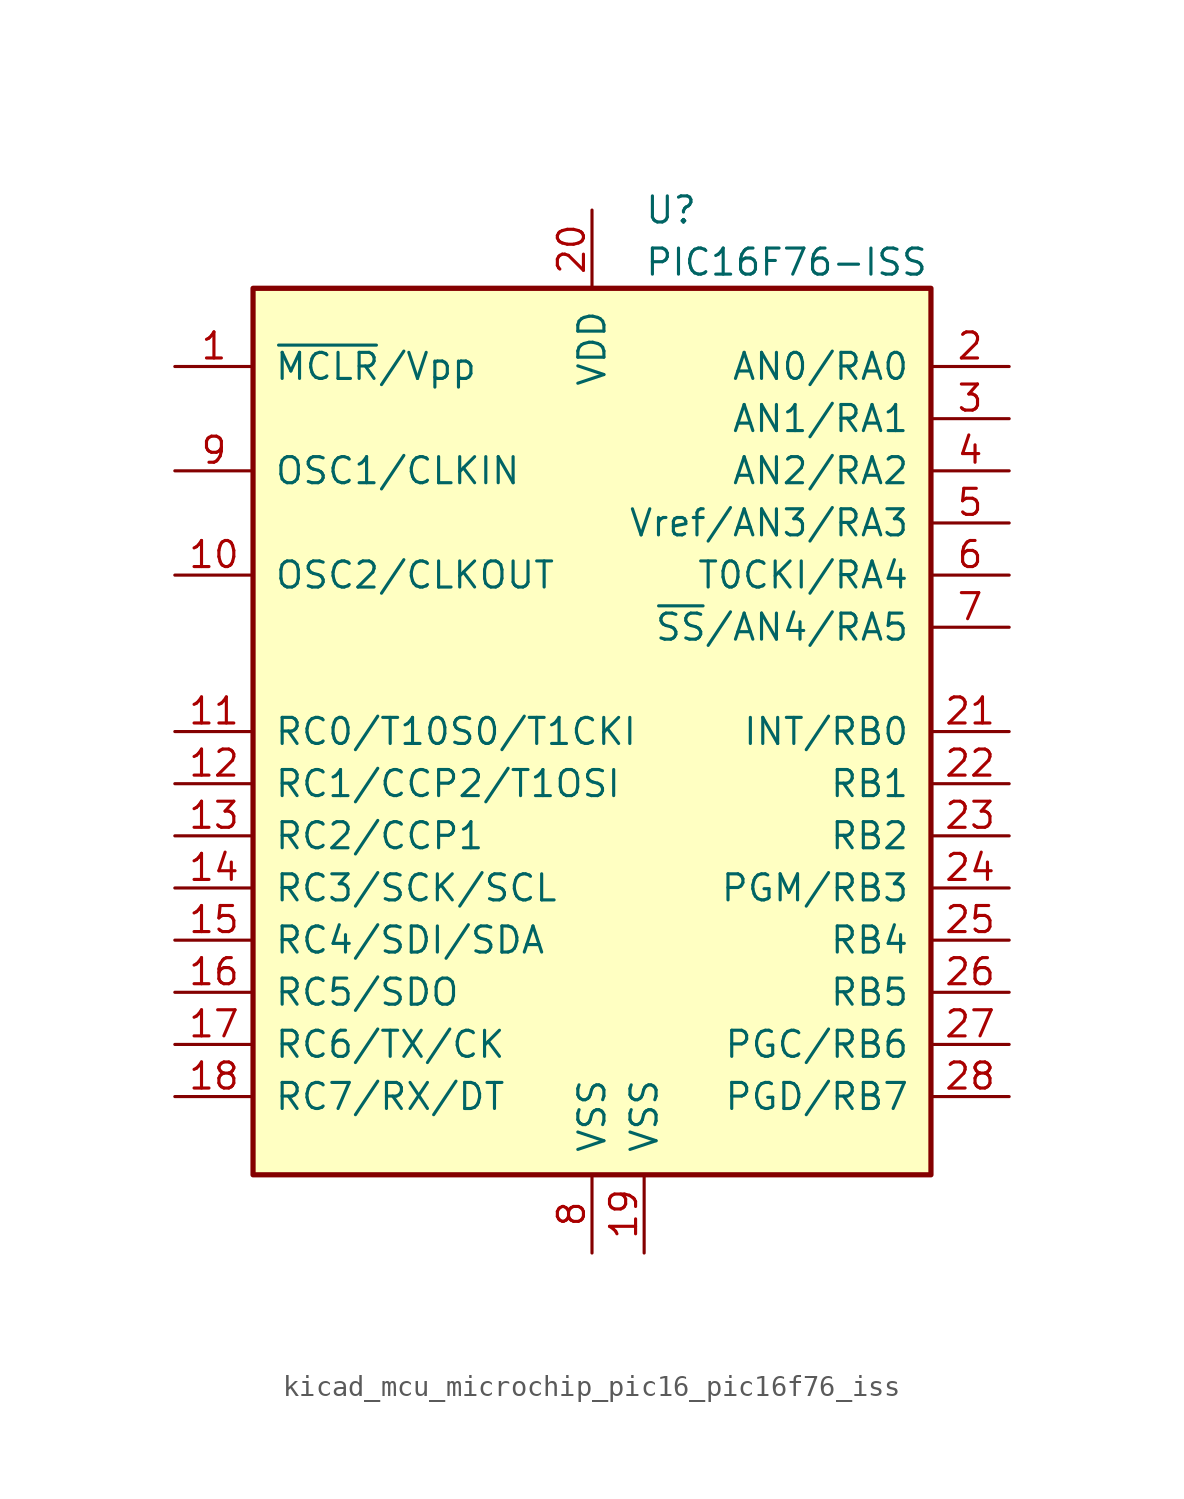
<source format=kicad_sym>
(kicad_symbol_lib
  (version 20220914)
  (generator kicad_symbol_editor)
  (symbol "kicad_mcu_microchip_pic16_pic16f76_iss"
    (pin_names
      (offset 1.016))
    (property "Reference" "U"
      (at 2.54 25.4 0)
      (effects (font (size 1.27 1.27)) (justify left)))
    (property "Value" "PIC16F76-ISS"
      (at 2.54 22.86 0)
      (effects (font (size 1.27 1.27)) (justify left)))
    (symbol "kicad_mcu_microchip_pic16_pic16f76_iss_0_1"
      (rectangle (start -16.51 -21.59) (end 16.51 21.59) (stroke (width 0.254) (type default)) (fill (type background))))
    (symbol "kicad_mcu_microchip_pic16_pic16f76_iss_1_1"
      (pin input line (at -20.32 17.78 0) (length 3.81) (name "~{MCLR}/Vpp" (effects (font (size 1.27 1.27)))) (number "1" (effects (font (size 1.27 1.27)))))
      (pin output line (at -20.32 7.62 0) (length 3.81) (name "OSC2/CLKOUT" (effects (font (size 1.27 1.27)))) (number "10" (effects (font (size 1.27 1.27)))))
      (pin bidirectional line (at -20.32 0 0) (length 3.81) (name "RC0/T10S0/T1CKI" (effects (font (size 1.27 1.27)))) (number "11" (effects (font (size 1.27 1.27)))))
      (pin bidirectional line (at -20.32 -2.54 0) (length 3.81) (name "RC1/CCP2/T1OSI" (effects (font (size 1.27 1.27)))) (number "12" (effects (font (size 1.27 1.27)))))
      (pin bidirectional line (at -20.32 -5.08 0) (length 3.81) (name "RC2/CCP1" (effects (font (size 1.27 1.27)))) (number "13" (effects (font (size 1.27 1.27)))))
      (pin bidirectional line (at -20.32 -7.62 0) (length 3.81) (name "RC3/SCK/SCL" (effects (font (size 1.27 1.27)))) (number "14" (effects (font (size 1.27 1.27)))))
      (pin bidirectional line (at -20.32 -10.16 0) (length 3.81) (name "RC4/SDI/SDA" (effects (font (size 1.27 1.27)))) (number "15" (effects (font (size 1.27 1.27)))))
      (pin bidirectional line (at -20.32 -12.7 0) (length 3.81) (name "RC5/SDO" (effects (font (size 1.27 1.27)))) (number "16" (effects (font (size 1.27 1.27)))))
      (pin bidirectional line (at -20.32 -15.24 0) (length 3.81) (name "RC6/TX/CK" (effects (font (size 1.27 1.27)))) (number "17" (effects (font (size 1.27 1.27)))))
      (pin bidirectional line (at -20.32 -17.78 0) (length 3.81) (name "RC7/RX/DT" (effects (font (size 1.27 1.27)))) (number "18" (effects (font (size 1.27 1.27)))))
      (pin power_in line (at 2.54 -25.4 90) (length 3.81) (name "VSS" (effects (font (size 1.27 1.27)))) (number "19" (effects (font (size 1.27 1.27)))))
      (pin bidirectional line (at 20.32 17.78 180) (length 3.81) (name "AN0/RA0" (effects (font (size 1.27 1.27)))) (number "2" (effects (font (size 1.27 1.27)))))
      (pin power_in line (at 0 25.4 270) (length 3.81) (name "VDD" (effects (font (size 1.27 1.27)))) (number "20" (effects (font (size 1.27 1.27)))))
      (pin bidirectional line (at 20.32 0 180) (length 3.81) (name "INT/RB0" (effects (font (size 1.27 1.27)))) (number "21" (effects (font (size 1.27 1.27)))))
      (pin bidirectional line (at 20.32 -2.54 180) (length 3.81) (name "RB1" (effects (font (size 1.27 1.27)))) (number "22" (effects (font (size 1.27 1.27)))))
      (pin bidirectional line (at 20.32 -5.08 180) (length 3.81) (name "RB2" (effects (font (size 1.27 1.27)))) (number "23" (effects (font (size 1.27 1.27)))))
      (pin bidirectional line (at 20.32 -7.62 180) (length 3.81) (name "PGM/RB3" (effects (font (size 1.27 1.27)))) (number "24" (effects (font (size 1.27 1.27)))))
      (pin bidirectional line (at 20.32 -10.16 180) (length 3.81) (name "RB4" (effects (font (size 1.27 1.27)))) (number "25" (effects (font (size 1.27 1.27)))))
      (pin bidirectional line (at 20.32 -12.7 180) (length 3.81) (name "RB5" (effects (font (size 1.27 1.27)))) (number "26" (effects (font (size 1.27 1.27)))))
      (pin bidirectional line (at 20.32 -15.24 180) (length 3.81) (name "PGC/RB6" (effects (font (size 1.27 1.27)))) (number "27" (effects (font (size 1.27 1.27)))))
      (pin bidirectional line (at 20.32 -17.78 180) (length 3.81) (name "PGD/RB7" (effects (font (size 1.27 1.27)))) (number "28" (effects (font (size 1.27 1.27)))))
      (pin bidirectional line (at 20.32 15.24 180) (length 3.81) (name "AN1/RA1" (effects (font (size 1.27 1.27)))) (number "3" (effects (font (size 1.27 1.27)))))
      (pin bidirectional line (at 20.32 12.7 180) (length 3.81) (name "AN2/RA2" (effects (font (size 1.27 1.27)))) (number "4" (effects (font (size 1.27 1.27)))))
      (pin bidirectional line (at 20.32 10.16 180) (length 3.81) (name "Vref/AN3/RA3" (effects (font (size 1.27 1.27)))) (number "5" (effects (font (size 1.27 1.27)))))
      (pin bidirectional line (at 20.32 7.62 180) (length 3.81) (name "T0CKI/RA4" (effects (font (size 1.27 1.27)))) (number "6" (effects (font (size 1.27 1.27)))))
      (pin bidirectional line (at 20.32 5.08 180) (length 3.81) (name "~{SS}/AN4/RA5" (effects (font (size 1.27 1.27)))) (number "7" (effects (font (size 1.27 1.27)))))
      (pin power_in line (at 0 -25.4 90) (length 3.81) (name "VSS" (effects (font (size 1.27 1.27)))) (number "8" (effects (font (size 1.27 1.27)))))
      (pin input line (at -20.32 12.7 0) (length 3.81) (name "OSC1/CLKIN" (effects (font (size 1.27 1.27)))) (number "9" (effects (font (size 1.27 1.27))))))))
</source>
